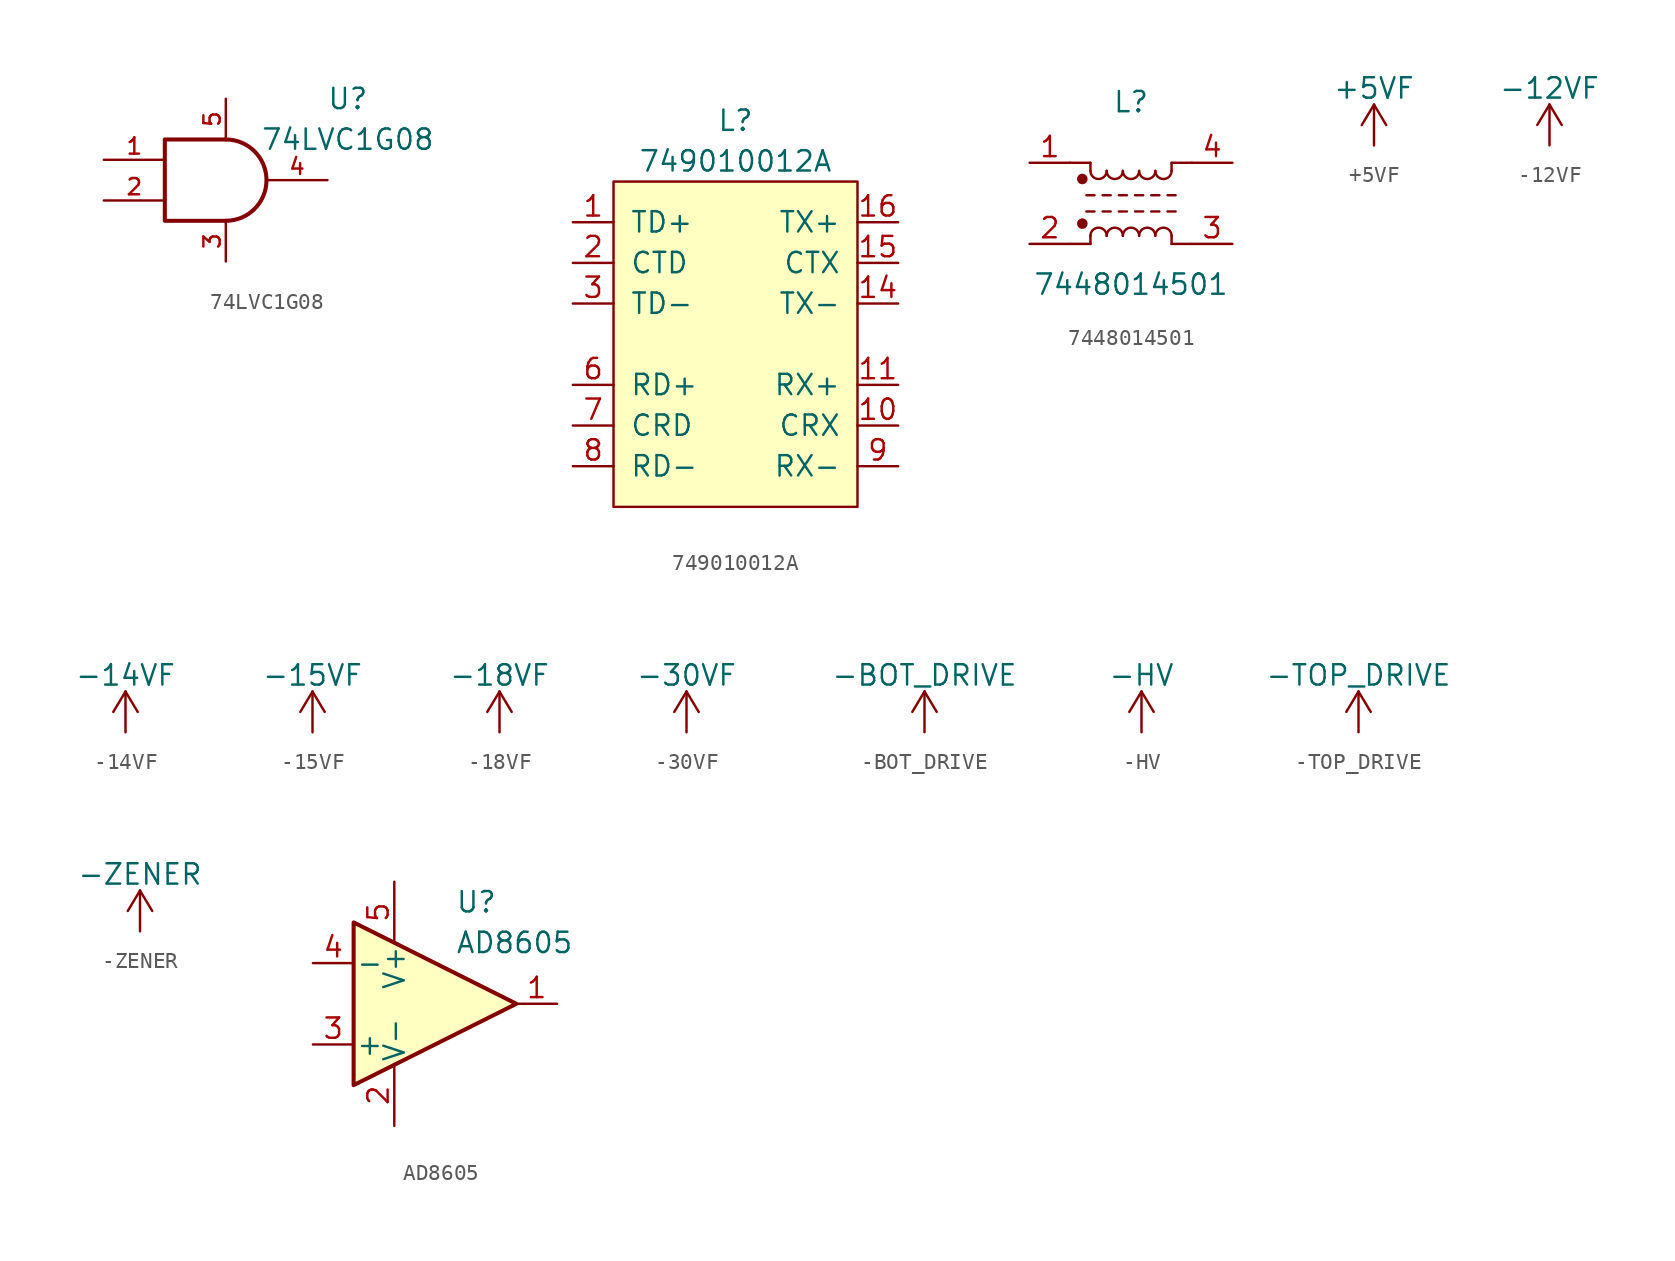
<source format=kicad_sym>
(kicad_symbol_lib
  (version 20220914)
  (generator kicad_symbol_editor)
  (symbol "74LVC1G08"
    (pin_names
      (offset 1.016))
    (property "Reference" "U"
      (at 7.62 5.08 0)
      (effects (font (size 1.27 1.27))))
    (property "Value" "74LVC1G08"
      (at 7.62 2.54 0)
      (effects (font (size 1.27 1.27))))
    (symbol "74LVC1G08_0_1"
      (arc (start 0 -2.54) (mid 2.529 0) (end 0 2.54) (stroke (width 0.254) (type solid)) (fill (type none)))
      (polyline (pts (xy 0 -2.54) (xy -3.81 -2.54) (xy -3.81 2.54) (xy 0 2.54)) (stroke (width 0.254) (type solid)) (fill (type none))))
    (symbol "74LVC1G08_1_1"
      (pin input line (at -7.62 1.27 0) (length 3.81) (name "~" (effects (font (size 1.016 1.016)))) (number "1" (effects (font (size 1.016 1.016)))))
      (pin input line (at -7.62 -1.27 0) (length 3.81) (name "~" (effects (font (size 1.016 1.016)))) (number "2" (effects (font (size 1.016 1.016)))))
      (pin power_in line (at 0 -5.08 90) (length 2.54) (name "~" (effects (font (size 1.016 1.016)))) (number "3" (effects (font (size 1.016 1.016)))))
      (pin output line (at 6.35 0 180) (length 3.81) (name "~" (effects (font (size 1.016 1.016)))) (number "4" (effects (font (size 1.016 1.016)))))
      (pin passive line (at 0 5.08 270) (length 2.54) (name "~" (effects (font (size 1.016 1.016)))) (number "5" (effects (font (size 1.016 1.016)))))))
  (symbol "749010012A"
    (pin_names
      (offset 1.016))
    (property "Reference" "L"
      (at 0 13.97 0)
      (effects (font (size 1.27 1.27))))
    (property "Value" "749010012A"
      (at 0 11.43 0)
      (effects (font (size 1.27 1.27))))
    (symbol "749010012A_0_1"
      (rectangle (start -7.62 10.16) (end 7.62 -10.16) (stroke (width 0) (type solid)) (fill (type background))))
    (symbol "749010012A_1_1"
      (pin bidirectional line (at -10.16 7.62 0) (length 2.54) (name "TD+" (effects (font (size 1.27 1.27)))) (number "1" (effects (font (size 1.27 1.27)))))
      (pin bidirectional line (at 10.16 -5.08 180) (length 2.54) (name "CRX" (effects (font (size 1.27 1.27)))) (number "10" (effects (font (size 1.27 1.27)))))
      (pin bidirectional line (at 10.16 -2.54 180) (length 2.54) (name "RX+" (effects (font (size 1.27 1.27)))) (number "11" (effects (font (size 1.27 1.27)))))
      (pin bidirectional line (at 10.16 2.54 180) (length 2.54) (name "TX-" (effects (font (size 1.27 1.27)))) (number "14" (effects (font (size 1.27 1.27)))))
      (pin bidirectional line (at 10.16 5.08 180) (length 2.54) (name "CTX" (effects (font (size 1.27 1.27)))) (number "15" (effects (font (size 1.27 1.27)))))
      (pin bidirectional line (at 10.16 7.62 180) (length 2.54) (name "TX+" (effects (font (size 1.27 1.27)))) (number "16" (effects (font (size 1.27 1.27)))))
      (pin passive line (at -10.16 5.08 0) (length 2.54) (name "CTD" (effects (font (size 1.27 1.27)))) (number "2" (effects (font (size 1.27 1.27)))))
      (pin bidirectional line (at -10.16 2.54 0) (length 2.54) (name "TD-" (effects (font (size 1.27 1.27)))) (number "3" (effects (font (size 1.27 1.27)))))
      (pin bidirectional line (at -10.16 -2.54 0) (length 2.54) (name "RD+" (effects (font (size 1.27 1.27)))) (number "6" (effects (font (size 1.27 1.27)))))
      (pin passive line (at -10.16 -5.08 0) (length 2.54) (name "CRD" (effects (font (size 1.27 1.27)))) (number "7" (effects (font (size 1.27 1.27)))))
      (pin bidirectional line (at -10.16 -7.62 0) (length 2.54) (name "RD-" (effects (font (size 1.27 1.27)))) (number "8" (effects (font (size 1.27 1.27)))))
      (pin bidirectional line (at 10.16 -7.62 180) (length 2.54) (name "RX-" (effects (font (size 1.27 1.27)))) (number "9" (effects (font (size 1.27 1.27)))))))
  (symbol "7448014501"
    (pin_names
      (offset 1.016))
    (property "Reference" "L"
      (at 0 6.35 0)
      (effects (font (size 1.27 1.27))))
    (property "Value" "7448014501"
      (at 0 -5.08 0)
      (effects (font (size 1.27 1.27))))
    (symbol "7448014501_0_1"
      (polyline (pts (xy -2.54 -2.54) (xy -3.81 -2.54)) (stroke (width 0) (type solid)) (fill (type none)))
      (polyline (pts (xy -2.54 2.54) (xy -3.81 2.54)) (stroke (width 0) (type solid)) (fill (type none)))
      (polyline (pts (xy 2.54 -2.54) (xy 3.81 -2.54)) (stroke (width 0) (type solid)) (fill (type none)))
      (polyline (pts (xy 2.54 2.54) (xy 3.81 2.54)) (stroke (width 0) (type solid)) (fill (type none))))
    (symbol "7448014501_1_1"
      (circle (center -3.048 -1.27) (radius 0.254) (stroke (width 0) (type solid)) (fill (type outline)))
      (circle (center -3.048 1.524) (radius 0.254) (stroke (width 0) (type solid)) (fill (type outline)))
      (arc (start -2.54 2.032) (mid -2.032 1.5262) (end -1.524 2.032) (stroke (width 0) (type solid)) (fill (type none)))
      (arc (start -1.524 -2.032) (mid -2.032 -1.5262) (end -2.54 -2.032) (stroke (width 0) (type solid)) (fill (type none)))
      (arc (start -1.524 2.032) (mid -1.016 1.5262) (end -0.508 2.032) (stroke (width 0) (type solid)) (fill (type none)))
      (arc (start -0.508 -2.032) (mid -1.016 -1.5262) (end -1.524 -2.032) (stroke (width 0) (type solid)) (fill (type none)))
      (arc (start -0.508 2.032) (mid 0 1.5262) (end 0.508 2.032) (stroke (width 0) (type solid)) (fill (type none)))
      (polyline (pts (xy -2.794 -0.508) (xy -2.286 -0.508)) (stroke (width 0) (type solid)) (fill (type none)))
      (polyline (pts (xy -2.794 0.508) (xy -2.286 0.508)) (stroke (width 0) (type solid)) (fill (type none)))
      (polyline (pts (xy -2.54 -2.032) (xy -2.54 -2.54)) (stroke (width 0) (type solid)) (fill (type none)))
      (polyline (pts (xy -2.54 2.032) (xy -2.54 2.54)) (stroke (width 0) (type solid)) (fill (type none)))
      (polyline (pts (xy -1.778 -0.508) (xy -1.27 -0.508)) (stroke (width 0) (type solid)) (fill (type none)))
      (polyline (pts (xy -1.778 0.508) (xy -1.27 0.508)) (stroke (width 0) (type solid)) (fill (type none)))
      (polyline (pts (xy -0.762 -0.508) (xy -0.254 -0.508)) (stroke (width 0) (type solid)) (fill (type none)))
      (polyline (pts (xy -0.762 0.508) (xy -0.254 0.508)) (stroke (width 0) (type solid)) (fill (type none)))
      (polyline (pts (xy 0.254 -0.508) (xy 0.762 -0.508)) (stroke (width 0) (type solid)) (fill (type none)))
      (polyline (pts (xy 0.254 0.508) (xy 0.762 0.508)) (stroke (width 0) (type solid)) (fill (type none)))
      (polyline (pts (xy 1.27 -0.508) (xy 1.778 -0.508)) (stroke (width 0) (type solid)) (fill (type none)))
      (polyline (pts (xy 1.27 0.508) (xy 1.778 0.508)) (stroke (width 0) (type solid)) (fill (type none)))
      (polyline (pts (xy 2.286 -0.508) (xy 2.794 -0.508)) (stroke (width 0) (type solid)) (fill (type none)))
      (polyline (pts (xy 2.286 0.508) (xy 2.794 0.508)) (stroke (width 0) (type solid)) (fill (type none)))
      (polyline (pts (xy 2.54 -2.032) (xy 2.54 -2.54)) (stroke (width 0) (type solid)) (fill (type none)))
      (polyline (pts (xy 2.54 2.54) (xy 2.54 2.032)) (stroke (width 0) (type solid)) (fill (type none)))
      (arc (start 0.508 -2.032) (mid 0 -1.5262) (end -0.508 -2.032) (stroke (width 0) (type solid)) (fill (type none)))
      (arc (start 0.508 2.032) (mid 1.016 1.5262) (end 1.524 2.032) (stroke (width 0) (type solid)) (fill (type none)))
      (arc (start 1.524 -2.032) (mid 1.016 -1.5262) (end 0.508 -2.032) (stroke (width 0) (type solid)) (fill (type none)))
      (arc (start 1.524 2.032) (mid 2.032 1.5262) (end 2.54 2.032) (stroke (width 0) (type solid)) (fill (type none)))
      (arc (start 2.54 -2.032) (mid 2.032 -1.5262) (end 1.524 -2.032) (stroke (width 0) (type solid)) (fill (type none)))
      (pin passive line (at -6.35 2.54 0) (length 2.54) (name "~" (effects (font (size 1.27 1.27)))) (number "1" (effects (font (size 1.27 1.27)))))
      (pin passive line (at -6.35 -2.54 0) (length 2.54) (name "~" (effects (font (size 1.27 1.27)))) (number "2" (effects (font (size 1.27 1.27)))))
      (pin passive line (at 6.35 -2.54 180) (length 2.54) (name "~" (effects (font (size 1.27 1.27)))) (number "3" (effects (font (size 1.27 1.27)))))
      (pin passive line (at 6.35 2.54 180) (length 2.54) (name "~" (effects (font (size 1.27 1.27)))) (number "4" (effects (font (size 1.27 1.27)))))))
  (symbol "+5VF"
    (power)
    (pin_names
      (offset 0))
    (property "Reference" "#PWR"
      (at 0 -3.81 0)
      (effects (font (size 1.27 1.27)) hide))
    (property "Value" "+5VF"
      (at 0 3.556 0)
      (effects (font (size 1.27 1.27))))
    (symbol "+5VF_0_1"
      (polyline (pts (xy -0.762 1.27) (xy 0 2.54)) (stroke (width 0) (type solid)) (fill (type none)))
      (polyline (pts (xy 0 0) (xy 0 2.54)) (stroke (width 0) (type solid)) (fill (type none)))
      (polyline (pts (xy 0 2.54) (xy 0.762 1.27)) (stroke (width 0) (type solid)) (fill (type none))))
    (symbol "+5VF_1_1"
      (pin power_in line (at 0 0 90) (length 0) hide (name "+5VF" (effects (font (size 1.27 1.27)))) (number "1" (effects (font (size 1.27 1.27)))))))
  (symbol "-12VF"
    (power)
    (pin_names
      (offset 0))
    (property "Reference" "#PWR"
      (at 0 -3.81 0)
      (effects (font (size 1.27 1.27)) hide))
    (property "Value" "-12VF"
      (at 0 3.556 0)
      (effects (font (size 1.27 1.27))))
    (symbol "-12VF_0_1"
      (polyline (pts (xy -0.762 1.27) (xy 0 2.54)) (stroke (width 0) (type solid)) (fill (type none)))
      (polyline (pts (xy 0 0) (xy 0 2.54)) (stroke (width 0) (type solid)) (fill (type none)))
      (polyline (pts (xy 0 2.54) (xy 0.762 1.27)) (stroke (width 0) (type solid)) (fill (type none))))
    (symbol "-12VF_1_1"
      (pin power_in line (at 0 0 90) (length 0) hide (name "-12VF" (effects (font (size 1.27 1.27)))) (number "1" (effects (font (size 1.27 1.27)))))))
  (symbol "-14VF"
    (power)
    (pin_names
      (offset 0))
    (property "Reference" "#PWR"
      (at 0 -3.81 0)
      (effects (font (size 1.27 1.27)) hide))
    (property "Value" "-14VF"
      (at 0 3.556 0)
      (effects (font (size 1.27 1.27))))
    (symbol "-14VF_0_1"
      (polyline (pts (xy -0.762 1.27) (xy 0 2.54)) (stroke (width 0) (type solid)) (fill (type none)))
      (polyline (pts (xy 0 0) (xy 0 2.54)) (stroke (width 0) (type solid)) (fill (type none)))
      (polyline (pts (xy 0 2.54) (xy 0.762 1.27)) (stroke (width 0) (type solid)) (fill (type none))))
    (symbol "-14VF_1_1"
      (pin power_in line (at 0 0 90) (length 0) hide (name "-14VF" (effects (font (size 1.27 1.27)))) (number "1" (effects (font (size 1.27 1.27)))))))
  (symbol "-15VF"
    (power)
    (pin_names
      (offset 0))
    (property "Reference" "#PWR"
      (at 0 -3.81 0)
      (effects (font (size 1.27 1.27)) hide))
    (property "Value" "-15VF"
      (at 0 3.556 0)
      (effects (font (size 1.27 1.27))))
    (symbol "-15VF_0_1"
      (polyline (pts (xy -0.762 1.27) (xy 0 2.54)) (stroke (width 0) (type solid)) (fill (type none)))
      (polyline (pts (xy 0 0) (xy 0 2.54)) (stroke (width 0) (type solid)) (fill (type none)))
      (polyline (pts (xy 0 2.54) (xy 0.762 1.27)) (stroke (width 0) (type solid)) (fill (type none))))
    (symbol "-15VF_1_1"
      (pin power_in line (at 0 0 90) (length 0) hide (name "-15VF" (effects (font (size 1.27 1.27)))) (number "1" (effects (font (size 1.27 1.27)))))))
  (symbol "-18VF"
    (power)
    (pin_names
      (offset 0))
    (property "Reference" "#PWR"
      (at 0 -3.81 0)
      (effects (font (size 1.27 1.27)) hide))
    (property "Value" "-18VF"
      (at 0 3.556 0)
      (effects (font (size 1.27 1.27))))
    (symbol "-18VF_0_1"
      (polyline (pts (xy -0.762 1.27) (xy 0 2.54)) (stroke (width 0) (type solid)) (fill (type none)))
      (polyline (pts (xy 0 0) (xy 0 2.54)) (stroke (width 0) (type solid)) (fill (type none)))
      (polyline (pts (xy 0 2.54) (xy 0.762 1.27)) (stroke (width 0) (type solid)) (fill (type none))))
    (symbol "-18VF_1_1"
      (pin power_in line (at 0 0 90) (length 0) hide (name "-18VF" (effects (font (size 1.27 1.27)))) (number "1" (effects (font (size 1.27 1.27)))))))
  (symbol "-30VF"
    (power)
    (pin_names
      (offset 0))
    (property "Reference" "#PWR"
      (at 0 -3.81 0)
      (effects (font (size 1.27 1.27)) hide))
    (property "Value" "-30VF"
      (at 0 3.556 0)
      (effects (font (size 1.27 1.27))))
    (symbol "-30VF_0_1"
      (polyline (pts (xy -0.762 1.27) (xy 0 2.54)) (stroke (width 0) (type solid)) (fill (type none)))
      (polyline (pts (xy 0 0) (xy 0 2.54)) (stroke (width 0) (type solid)) (fill (type none)))
      (polyline (pts (xy 0 2.54) (xy 0.762 1.27)) (stroke (width 0) (type solid)) (fill (type none))))
    (symbol "-30VF_1_1"
      (pin power_in line (at 0 0 90) (length 0) hide (name "-30VF" (effects (font (size 1.27 1.27)))) (number "1" (effects (font (size 1.27 1.27)))))))
  (symbol "-BOT_DRIVE"
    (power)
    (pin_names
      (offset 0))
    (property "Reference" "#PWR"
      (at 0 -3.81 0)
      (effects (font (size 1.27 1.27)) hide))
    (property "Value" "-BOT_DRIVE"
      (at 0 3.556 0)
      (effects (font (size 1.27 1.27))))
    (symbol "-BOT_DRIVE_0_1"
      (polyline (pts (xy -0.762 1.27) (xy 0 2.54)) (stroke (width 0) (type solid)) (fill (type none)))
      (polyline (pts (xy 0 0) (xy 0 2.54)) (stroke (width 0) (type solid)) (fill (type none)))
      (polyline (pts (xy 0 2.54) (xy 0.762 1.27)) (stroke (width 0) (type solid)) (fill (type none))))
    (symbol "-BOT_DRIVE_1_1"
      (pin power_in line (at 0 0 90) (length 0) hide (name "-BOT_DRIVE" (effects (font (size 1.27 1.27)))) (number "1" (effects (font (size 1.27 1.27)))))))
  (symbol "-HV"
    (power)
    (pin_names
      (offset 0))
    (property "Reference" "#PWR"
      (at 0 -3.81 0)
      (effects (font (size 1.27 1.27)) hide))
    (property "Value" "-HV"
      (at 0 3.556 0)
      (effects (font (size 1.27 1.27))))
    (symbol "-HV_0_1"
      (polyline (pts (xy -0.762 1.27) (xy 0 2.54)) (stroke (width 0) (type solid)) (fill (type none)))
      (polyline (pts (xy 0 0) (xy 0 2.54)) (stroke (width 0) (type solid)) (fill (type none)))
      (polyline (pts (xy 0 2.54) (xy 0.762 1.27)) (stroke (width 0) (type solid)) (fill (type none))))
    (symbol "-HV_1_1"
      (pin power_in line (at 0 0 90) (length 0) hide (name "-HV" (effects (font (size 1.27 1.27)))) (number "1" (effects (font (size 1.27 1.27)))))))
  (symbol "-TOP_DRIVE"
    (power)
    (pin_names
      (offset 0))
    (property "Reference" "#PWR"
      (at 0 -3.81 0)
      (effects (font (size 1.27 1.27)) hide))
    (property "Value" "-TOP_DRIVE"
      (at 0 3.556 0)
      (effects (font (size 1.27 1.27))))
    (symbol "-TOP_DRIVE_0_1"
      (polyline (pts (xy -0.762 1.27) (xy 0 2.54)) (stroke (width 0) (type solid)) (fill (type none)))
      (polyline (pts (xy 0 0) (xy 0 2.54)) (stroke (width 0) (type solid)) (fill (type none)))
      (polyline (pts (xy 0 2.54) (xy 0.762 1.27)) (stroke (width 0) (type solid)) (fill (type none))))
    (symbol "-TOP_DRIVE_1_1"
      (pin power_in line (at 0 0 90) (length 0) hide (name "-TOP_DRIVE" (effects (font (size 1.27 1.27)))) (number "1" (effects (font (size 1.27 1.27)))))))
  (symbol "-ZENER"
    (power)
    (pin_names
      (offset 0))
    (property "Reference" "#PWR"
      (at 0 -3.81 0)
      (effects (font (size 1.27 1.27)) hide))
    (property "Value" "-ZENER"
      (at 0 3.556 0)
      (effects (font (size 1.27 1.27))))
    (symbol "-ZENER_0_1"
      (polyline (pts (xy -0.762 1.27) (xy 0 2.54)) (stroke (width 0) (type solid)) (fill (type none)))
      (polyline (pts (xy 0 0) (xy 0 2.54)) (stroke (width 0) (type solid)) (fill (type none)))
      (polyline (pts (xy 0 2.54) (xy 0.762 1.27)) (stroke (width 0) (type solid)) (fill (type none))))
    (symbol "-ZENER_1_1"
      (pin power_in line (at 0 0 90) (length 0) hide (name "-ZENER" (effects (font (size 1.27 1.27)))) (number "1" (effects (font (size 1.27 1.27)))))))
  (symbol "AD8605"
    (pin_names
      (offset 0.127))
    (property "Reference" "U"
      (at 2.54 6.35 0)
      (effects (font (size 1.27 1.27)) (justify left)))
    (property "Value" "AD8605"
      (at 2.54 3.81 0)
      (effects (font (size 1.27 1.27)) (justify left)))
    (symbol "AD8605_0_1"
      (polyline (pts (xy -3.81 5.08) (xy 6.35 0) (xy -3.81 -5.08) (xy -3.81 5.08)) (stroke (width 0.254) (type solid)) (fill (type background))))
    (symbol "AD8605_1_1"
      (pin output line (at 8.89 0 180) (length 2.54) (name "~" (effects (font (size 1.27 1.27)))) (number "1" (effects (font (size 1.27 1.27)))))
      (pin power_in line (at -1.27 -7.62 90) (length 3.81) (name "V-" (effects (font (size 1.27 1.27)))) (number "2" (effects (font (size 1.27 1.27)))))
      (pin input line (at -6.35 -2.54 0) (length 2.54) (name "+" (effects (font (size 1.27 1.27)))) (number "3" (effects (font (size 1.27 1.27)))))
      (pin input line (at -6.35 2.54 0) (length 2.54) (name "-" (effects (font (size 1.27 1.27)))) (number "4" (effects (font (size 1.27 1.27)))))
      (pin power_in line (at -1.27 7.62 270) (length 3.81) (name "V+" (effects (font (size 1.27 1.27)))) (number "5" (effects (font (size 1.27 1.27))))))))
</source>
